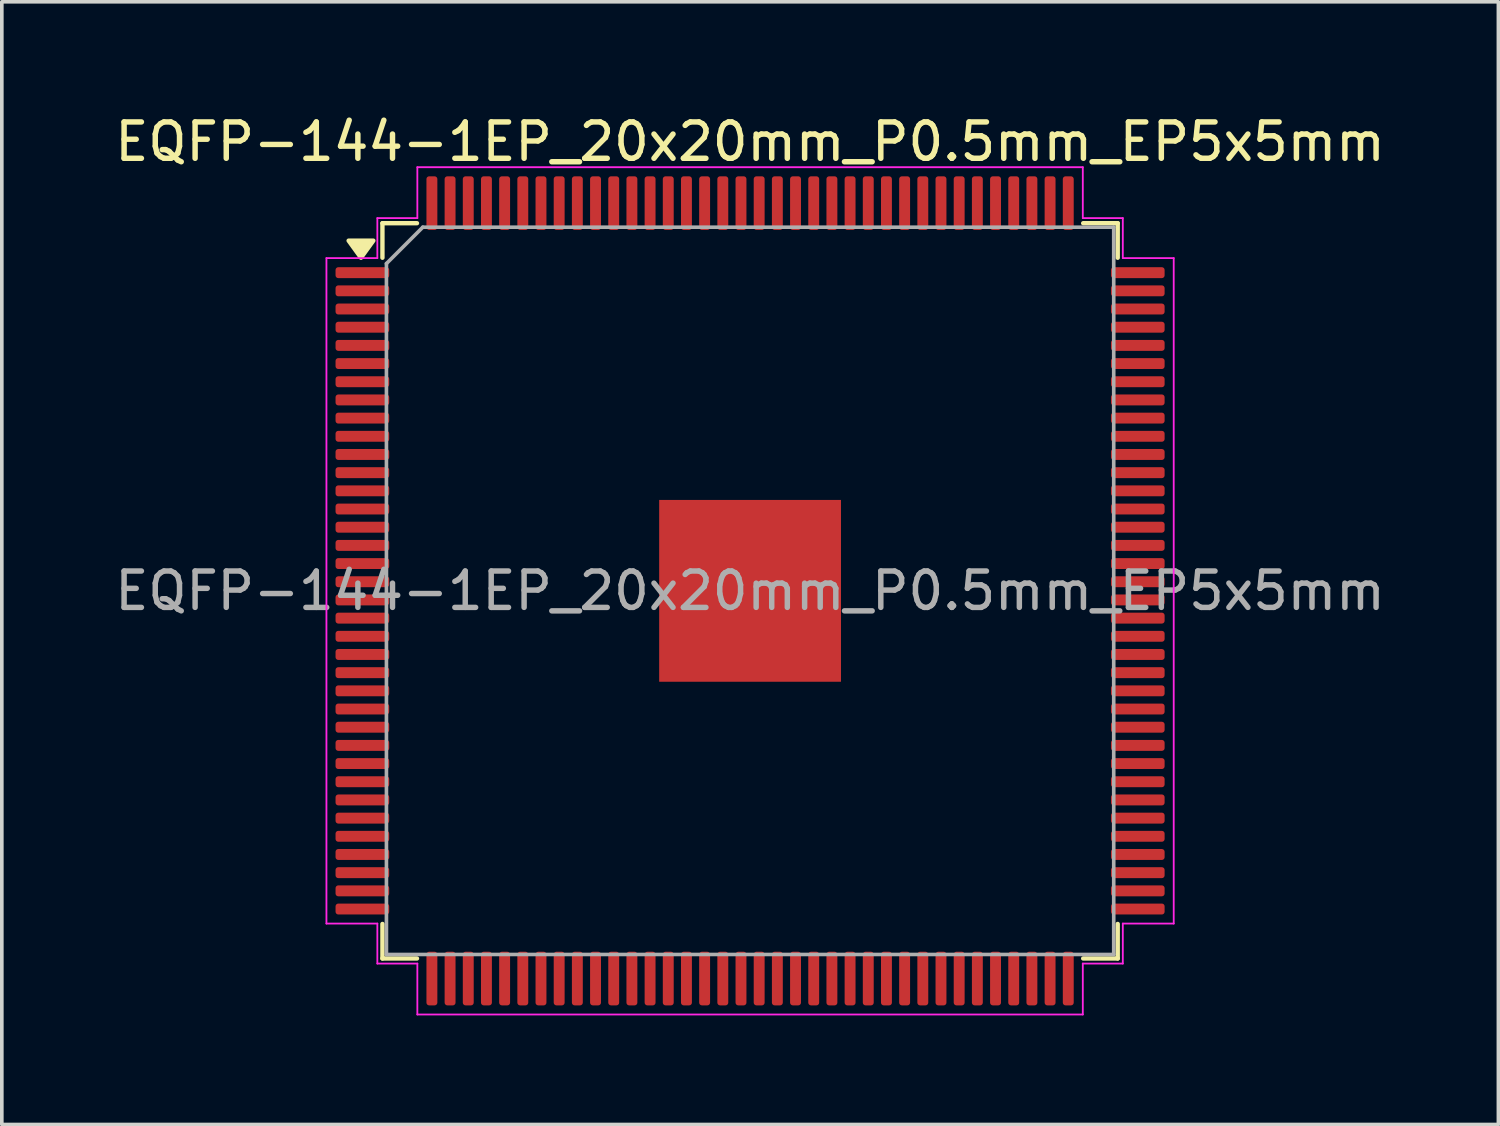
<source format=kicad_pcb>
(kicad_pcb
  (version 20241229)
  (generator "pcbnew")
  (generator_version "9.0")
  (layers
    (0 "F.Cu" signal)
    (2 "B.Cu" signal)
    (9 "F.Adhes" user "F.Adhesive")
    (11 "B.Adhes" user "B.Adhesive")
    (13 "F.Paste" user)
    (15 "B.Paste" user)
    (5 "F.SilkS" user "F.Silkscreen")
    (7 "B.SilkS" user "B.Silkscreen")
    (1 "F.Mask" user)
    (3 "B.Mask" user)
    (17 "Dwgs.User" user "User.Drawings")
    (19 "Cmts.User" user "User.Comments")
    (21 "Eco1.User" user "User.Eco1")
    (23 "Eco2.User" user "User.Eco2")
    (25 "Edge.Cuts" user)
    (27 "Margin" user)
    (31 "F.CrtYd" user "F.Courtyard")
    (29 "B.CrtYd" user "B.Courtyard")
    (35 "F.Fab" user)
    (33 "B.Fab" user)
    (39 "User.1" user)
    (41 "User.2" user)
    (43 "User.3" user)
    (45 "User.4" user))
  (footprint "EQFP-144-1EP_20x20mm_P0.5mm_EP5x5mm"
    (layer "F.Cu")
    (at 17.577 13.198)
    (property "Reference" "EQFP-144-1EP_20x20mm_P0.5mm_EP5x5mm" (at 0 -12.35 0) (layer "F.SilkS") (effects (font (size 1 1) (thickness 0.15))))
    (attr smd)
    (fp_line (start -10.11 -10.11) (end -10.11 -9.16) (stroke (width 0.12) (type solid)) (layer "F.SilkS"))
    (fp_line (start -10.11 10.11) (end -10.11 9.16) (stroke (width 0.12) (type solid)) (layer "F.SilkS"))
    (fp_line (start -9.16 -10.11) (end -10.11 -10.11) (stroke (width 0.12) (type solid)) (layer "F.SilkS"))
    (fp_line (start -9.16 10.11) (end -10.11 10.11) (stroke (width 0.12) (type solid)) (layer "F.SilkS"))
    (fp_line (start 9.16 -10.11) (end 10.11 -10.11) (stroke (width 0.12) (type solid)) (layer "F.SilkS"))
    (fp_line (start 9.16 10.11) (end 10.11 10.11) (stroke (width 0.12) (type solid)) (layer "F.SilkS"))
    (fp_line (start 10.11 -10.11) (end 10.11 -9.16) (stroke (width 0.12) (type solid)) (layer "F.SilkS"))
    (fp_line (start 10.11 10.11) (end 10.11 9.16) (stroke (width 0.12) (type solid)) (layer "F.SilkS"))
    (fp_poly (pts (xy -10.7 -9.16) (xy -11.04 -9.63) (xy -10.36 -9.63)) (stroke (width 0.12) (type solid)) (fill yes) (layer "F.SilkS"))
    (fp_line (start -11.65 -9.15) (end -10.25 -9.15) (stroke (width 0.05) (type solid)) (layer "F.CrtYd"))
    (fp_line (start -11.65 9.15) (end -11.65 -9.15) (stroke (width 0.05) (type solid)) (layer "F.CrtYd"))
    (fp_line (start -10.25 -10.25) (end -9.15 -10.25) (stroke (width 0.05) (type solid)) (layer "F.CrtYd"))
    (fp_line (start -10.25 -9.15) (end -10.25 -10.25) (stroke (width 0.05) (type solid)) (layer "F.CrtYd"))
    (fp_line (start -10.25 9.15) (end -11.65 9.15) (stroke (width 0.05) (type solid)) (layer "F.CrtYd"))
    (fp_line (start -10.25 10.25) (end -10.25 9.15) (stroke (width 0.05) (type solid)) (layer "F.CrtYd"))
    (fp_line (start -9.15 -11.65) (end 9.15 -11.65) (stroke (width 0.05) (type solid)) (layer "F.CrtYd"))
    (fp_line (start -9.15 -10.25) (end -9.15 -11.65) (stroke (width 0.05) (type solid)) (layer "F.CrtYd"))
    (fp_line (start -9.15 10.25) (end -10.25 10.25) (stroke (width 0.05) (type solid)) (layer "F.CrtYd"))
    (fp_line (start -9.15 11.65) (end -9.15 10.25) (stroke (width 0.05) (type solid)) (layer "F.CrtYd"))
    (fp_line (start 9.15 -11.65) (end 9.15 -10.25) (stroke (width 0.05) (type solid)) (layer "F.CrtYd"))
    (fp_line (start 9.15 -10.25) (end 10.25 -10.25) (stroke (width 0.05) (type solid)) (layer "F.CrtYd"))
    (fp_line (start 9.15 10.25) (end 9.15 11.65) (stroke (width 0.05) (type solid)) (layer "F.CrtYd"))
    (fp_line (start 9.15 11.65) (end -9.15 11.65) (stroke (width 0.05) (type solid)) (layer "F.CrtYd"))
    (fp_line (start 10.25 -10.25) (end 10.25 -9.15) (stroke (width 0.05) (type solid)) (layer "F.CrtYd"))
    (fp_line (start 10.25 -9.15) (end 11.65 -9.15) (stroke (width 0.05) (type solid)) (layer "F.CrtYd"))
    (fp_line (start 10.25 9.15) (end 10.25 10.25) (stroke (width 0.05) (type solid)) (layer "F.CrtYd"))
    (fp_line (start 10.25 10.25) (end 9.15 10.25) (stroke (width 0.05) (type solid)) (layer "F.CrtYd"))
    (fp_line (start 11.65 -9.15) (end 11.65 9.15) (stroke (width 0.05) (type solid)) (layer "F.CrtYd"))
    (fp_line (start 11.65 9.15) (end 10.25 9.15) (stroke (width 0.05) (type solid)) (layer "F.CrtYd"))
    (fp_line (start -10 -9) (end -9 -10) (stroke (width 0.1) (type solid)) (layer "F.Fab"))
    (fp_line (start -10 10) (end -10 -9) (stroke (width 0.1) (type solid)) (layer "F.Fab"))
    (fp_line (start -9 -10) (end 10 -10) (stroke (width 0.1) (type solid)) (layer "F.Fab"))
    (fp_line (start 10 -10) (end 10 10) (stroke (width 0.1) (type solid)) (layer "F.Fab"))
    (fp_line (start 10 10) (end -10 10) (stroke (width 0.1) (type solid)) (layer "F.Fab"))
    (fp_text user "${REFERENCE}" (at 0 0 0) (layer "F.Fab") (effects (font (size 1 1) (thickness 0.15))))
    (pad "" smd roundrect (at -1.875 -1.875) (size 1.01 1.01) (layers "F.Paste") (roundrect_rratio 0.248))
    (pad "" smd roundrect (at -1.875 -0.625) (size 1.01 1.01) (layers "F.Paste") (roundrect_rratio 0.248))
    (pad "" smd roundrect (at -1.875 0.625) (size 1.01 1.01) (layers "F.Paste") (roundrect_rratio 0.248))
    (pad "" smd roundrect (at -1.875 1.875) (size 1.01 1.01) (layers "F.Paste") (roundrect_rratio 0.248))
    (pad "" smd roundrect (at -0.625 -1.875) (size 1.01 1.01) (layers "F.Paste") (roundrect_rratio 0.248))
    (pad "" smd roundrect (at -0.625 -0.625) (size 1.01 1.01) (layers "F.Paste") (roundrect_rratio 0.248))
    (pad "" smd roundrect (at -0.625 0.625) (size 1.01 1.01) (layers "F.Paste") (roundrect_rratio 0.248))
    (pad "" smd roundrect (at -0.625 1.875) (size 1.01 1.01) (layers "F.Paste") (roundrect_rratio 0.248))
    (pad "" smd roundrect (at 0.625 -1.875) (size 1.01 1.01) (layers "F.Paste") (roundrect_rratio 0.248))
    (pad "" smd roundrect (at 0.625 -0.625) (size 1.01 1.01) (layers "F.Paste") (roundrect_rratio 0.248))
    (pad "" smd roundrect (at 0.625 0.625) (size 1.01 1.01) (layers "F.Paste") (roundrect_rratio 0.248))
    (pad "" smd roundrect (at 0.625 1.875) (size 1.01 1.01) (layers "F.Paste") (roundrect_rratio 0.248))
    (pad "" smd roundrect (at 1.875 -1.875) (size 1.01 1.01) (layers "F.Paste") (roundrect_rratio 0.248))
    (pad "" smd roundrect (at 1.875 -0.625) (size 1.01 1.01) (layers "F.Paste") (roundrect_rratio 0.248))
    (pad "" smd roundrect (at 1.875 0.625) (size 1.01 1.01) (layers "F.Paste") (roundrect_rratio 0.248))
    (pad "" smd roundrect (at 1.875 1.875) (size 1.01 1.01) (layers "F.Paste") (roundrect_rratio 0.248))
    (pad "1" smd roundrect (at -10.662 -8.75) (size 1.475 0.3) (layers "F.Cu" "F.Mask" "F.Paste") (roundrect_rratio 0.25))
    (pad "2" smd roundrect (at -10.662 -8.25) (size 1.475 0.3) (layers "F.Cu" "F.Mask" "F.Paste") (roundrect_rratio 0.25))
    (pad "3" smd roundrect (at -10.662 -7.75) (size 1.475 0.3) (layers "F.Cu" "F.Mask" "F.Paste") (roundrect_rratio 0.25))
    (pad "4" smd roundrect (at -10.662 -7.25) (size 1.475 0.3) (layers "F.Cu" "F.Mask" "F.Paste") (roundrect_rratio 0.25))
    (pad "5" smd roundrect (at -10.662 -6.75) (size 1.475 0.3) (layers "F.Cu" "F.Mask" "F.Paste") (roundrect_rratio 0.25))
    (pad "6" smd roundrect (at -10.662 -6.25) (size 1.475 0.3) (layers "F.Cu" "F.Mask" "F.Paste") (roundrect_rratio 0.25))
    (pad "7" smd roundrect (at -10.662 -5.75) (size 1.475 0.3) (layers "F.Cu" "F.Mask" "F.Paste") (roundrect_rratio 0.25))
    (pad "8" smd roundrect (at -10.662 -5.25) (size 1.475 0.3) (layers "F.Cu" "F.Mask" "F.Paste") (roundrect_rratio 0.25))
    (pad "9" smd roundrect (at -10.662 -4.75) (size 1.475 0.3) (layers "F.Cu" "F.Mask" "F.Paste") (roundrect_rratio 0.25))
    (pad "10" smd roundrect (at -10.662 -4.25) (size 1.475 0.3) (layers "F.Cu" "F.Mask" "F.Paste") (roundrect_rratio 0.25))
    (pad "11" smd roundrect (at -10.662 -3.75) (size 1.475 0.3) (layers "F.Cu" "F.Mask" "F.Paste") (roundrect_rratio 0.25))
    (pad "12" smd roundrect (at -10.662 -3.25) (size 1.475 0.3) (layers "F.Cu" "F.Mask" "F.Paste") (roundrect_rratio 0.25))
    (pad "13" smd roundrect (at -10.662 -2.75) (size 1.475 0.3) (layers "F.Cu" "F.Mask" "F.Paste") (roundrect_rratio 0.25))
    (pad "14" smd roundrect (at -10.662 -2.25) (size 1.475 0.3) (layers "F.Cu" "F.Mask" "F.Paste") (roundrect_rratio 0.25))
    (pad "15" smd roundrect (at -10.662 -1.75) (size 1.475 0.3) (layers "F.Cu" "F.Mask" "F.Paste") (roundrect_rratio 0.25))
    (pad "16" smd roundrect (at -10.662 -1.25) (size 1.475 0.3) (layers "F.Cu" "F.Mask" "F.Paste") (roundrect_rratio 0.25))
    (pad "17" smd roundrect (at -10.662 -0.75) (size 1.475 0.3) (layers "F.Cu" "F.Mask" "F.Paste") (roundrect_rratio 0.25))
    (pad "18" smd roundrect (at -10.662 -0.25) (size 1.475 0.3) (layers "F.Cu" "F.Mask" "F.Paste") (roundrect_rratio 0.25))
    (pad "19" smd roundrect (at -10.662 0.25) (size 1.475 0.3) (layers "F.Cu" "F.Mask" "F.Paste") (roundrect_rratio 0.25))
    (pad "20" smd roundrect (at -10.662 0.75) (size 1.475 0.3) (layers "F.Cu" "F.Mask" "F.Paste") (roundrect_rratio 0.25))
    (pad "21" smd roundrect (at -10.662 1.25) (size 1.475 0.3) (layers "F.Cu" "F.Mask" "F.Paste") (roundrect_rratio 0.25))
    (pad "22" smd roundrect (at -10.662 1.75) (size 1.475 0.3) (layers "F.Cu" "F.Mask" "F.Paste") (roundrect_rratio 0.25))
    (pad "23" smd roundrect (at -10.662 2.25) (size 1.475 0.3) (layers "F.Cu" "F.Mask" "F.Paste") (roundrect_rratio 0.25))
    (pad "24" smd roundrect (at -10.662 2.75) (size 1.475 0.3) (layers "F.Cu" "F.Mask" "F.Paste") (roundrect_rratio 0.25))
    (pad "25" smd roundrect (at -10.662 3.25) (size 1.475 0.3) (layers "F.Cu" "F.Mask" "F.Paste") (roundrect_rratio 0.25))
    (pad "26" smd roundrect (at -10.662 3.75) (size 1.475 0.3) (layers "F.Cu" "F.Mask" "F.Paste") (roundrect_rratio 0.25))
    (pad "27" smd roundrect (at -10.662 4.25) (size 1.475 0.3) (layers "F.Cu" "F.Mask" "F.Paste") (roundrect_rratio 0.25))
    (pad "28" smd roundrect (at -10.662 4.75) (size 1.475 0.3) (layers "F.Cu" "F.Mask" "F.Paste") (roundrect_rratio 0.25))
    (pad "29" smd roundrect (at -10.662 5.25) (size 1.475 0.3) (layers "F.Cu" "F.Mask" "F.Paste") (roundrect_rratio 0.25))
    (pad "30" smd roundrect (at -10.662 5.75) (size 1.475 0.3) (layers "F.Cu" "F.Mask" "F.Paste") (roundrect_rratio 0.25))
    (pad "31" smd roundrect (at -10.662 6.25) (size 1.475 0.3) (layers "F.Cu" "F.Mask" "F.Paste") (roundrect_rratio 0.25))
    (pad "32" smd roundrect (at -10.662 6.75) (size 1.475 0.3) (layers "F.Cu" "F.Mask" "F.Paste") (roundrect_rratio 0.25))
    (pad "33" smd roundrect (at -10.662 7.25) (size 1.475 0.3) (layers "F.Cu" "F.Mask" "F.Paste") (roundrect_rratio 0.25))
    (pad "34" smd roundrect (at -10.662 7.75) (size 1.475 0.3) (layers "F.Cu" "F.Mask" "F.Paste") (roundrect_rratio 0.25))
    (pad "35" smd roundrect (at -10.662 8.25) (size 1.475 0.3) (layers "F.Cu" "F.Mask" "F.Paste") (roundrect_rratio 0.25))
    (pad "36" smd roundrect (at -10.662 8.75) (size 1.475 0.3) (layers "F.Cu" "F.Mask" "F.Paste") (roundrect_rratio 0.25))
    (pad "37" smd roundrect (at -8.75 10.662) (size 0.3 1.475) (layers "F.Cu" "F.Mask" "F.Paste") (roundrect_rratio 0.25))
    (pad "38" smd roundrect (at -8.25 10.662) (size 0.3 1.475) (layers "F.Cu" "F.Mask" "F.Paste") (roundrect_rratio 0.25))
    (pad "39" smd roundrect (at -7.75 10.662) (size 0.3 1.475) (layers "F.Cu" "F.Mask" "F.Paste") (roundrect_rratio 0.25))
    (pad "40" smd roundrect (at -7.25 10.662) (size 0.3 1.475) (layers "F.Cu" "F.Mask" "F.Paste") (roundrect_rratio 0.25))
    (pad "41" smd roundrect (at -6.75 10.662) (size 0.3 1.475) (layers "F.Cu" "F.Mask" "F.Paste") (roundrect_rratio 0.25))
    (pad "42" smd roundrect (at -6.25 10.662) (size 0.3 1.475) (layers "F.Cu" "F.Mask" "F.Paste") (roundrect_rratio 0.25))
    (pad "43" smd roundrect (at -5.75 10.662) (size 0.3 1.475) (layers "F.Cu" "F.Mask" "F.Paste") (roundrect_rratio 0.25))
    (pad "44" smd roundrect (at -5.25 10.662) (size 0.3 1.475) (layers "F.Cu" "F.Mask" "F.Paste") (roundrect_rratio 0.25))
    (pad "45" smd roundrect (at -4.75 10.662) (size 0.3 1.475) (layers "F.Cu" "F.Mask" "F.Paste") (roundrect_rratio 0.25))
    (pad "46" smd roundrect (at -4.25 10.662) (size 0.3 1.475) (layers "F.Cu" "F.Mask" "F.Paste") (roundrect_rratio 0.25))
    (pad "47" smd roundrect (at -3.75 10.662) (size 0.3 1.475) (layers "F.Cu" "F.Mask" "F.Paste") (roundrect_rratio 0.25))
    (pad "48" smd roundrect (at -3.25 10.662) (size 0.3 1.475) (layers "F.Cu" "F.Mask" "F.Paste") (roundrect_rratio 0.25))
    (pad "49" smd roundrect (at -2.75 10.662) (size 0.3 1.475) (layers "F.Cu" "F.Mask" "F.Paste") (roundrect_rratio 0.25))
    (pad "50" smd roundrect (at -2.25 10.662) (size 0.3 1.475) (layers "F.Cu" "F.Mask" "F.Paste") (roundrect_rratio 0.25))
    (pad "51" smd roundrect (at -1.75 10.662) (size 0.3 1.475) (layers "F.Cu" "F.Mask" "F.Paste") (roundrect_rratio 0.25))
    (pad "52" smd roundrect (at -1.25 10.662) (size 0.3 1.475) (layers "F.Cu" "F.Mask" "F.Paste") (roundrect_rratio 0.25))
    (pad "53" smd roundrect (at -0.75 10.662) (size 0.3 1.475) (layers "F.Cu" "F.Mask" "F.Paste") (roundrect_rratio 0.25))
    (pad "54" smd roundrect (at -0.25 10.662) (size 0.3 1.475) (layers "F.Cu" "F.Mask" "F.Paste") (roundrect_rratio 0.25))
    (pad "55" smd roundrect (at 0.25 10.662) (size 0.3 1.475) (layers "F.Cu" "F.Mask" "F.Paste") (roundrect_rratio 0.25))
    (pad "56" smd roundrect (at 0.75 10.662) (size 0.3 1.475) (layers "F.Cu" "F.Mask" "F.Paste") (roundrect_rratio 0.25))
    (pad "57" smd roundrect (at 1.25 10.662) (size 0.3 1.475) (layers "F.Cu" "F.Mask" "F.Paste") (roundrect_rratio 0.25))
    (pad "58" smd roundrect (at 1.75 10.662) (size 0.3 1.475) (layers "F.Cu" "F.Mask" "F.Paste") (roundrect_rratio 0.25))
    (pad "59" smd roundrect (at 2.25 10.662) (size 0.3 1.475) (layers "F.Cu" "F.Mask" "F.Paste") (roundrect_rratio 0.25))
    (pad "60" smd roundrect (at 2.75 10.662) (size 0.3 1.475) (layers "F.Cu" "F.Mask" "F.Paste") (roundrect_rratio 0.25))
    (pad "61" smd roundrect (at 3.25 10.662) (size 0.3 1.475) (layers "F.Cu" "F.Mask" "F.Paste") (roundrect_rratio 0.25))
    (pad "62" smd roundrect (at 3.75 10.662) (size 0.3 1.475) (layers "F.Cu" "F.Mask" "F.Paste") (roundrect_rratio 0.25))
    (pad "63" smd roundrect (at 4.25 10.662) (size 0.3 1.475) (layers "F.Cu" "F.Mask" "F.Paste") (roundrect_rratio 0.25))
    (pad "64" smd roundrect (at 4.75 10.662) (size 0.3 1.475) (layers "F.Cu" "F.Mask" "F.Paste") (roundrect_rratio 0.25))
    (pad "65" smd roundrect (at 5.25 10.662) (size 0.3 1.475) (layers "F.Cu" "F.Mask" "F.Paste") (roundrect_rratio 0.25))
    (pad "66" smd roundrect (at 5.75 10.662) (size 0.3 1.475) (layers "F.Cu" "F.Mask" "F.Paste") (roundrect_rratio 0.25))
    (pad "67" smd roundrect (at 6.25 10.662) (size 0.3 1.475) (layers "F.Cu" "F.Mask" "F.Paste") (roundrect_rratio 0.25))
    (pad "68" smd roundrect (at 6.75 10.662) (size 0.3 1.475) (layers "F.Cu" "F.Mask" "F.Paste") (roundrect_rratio 0.25))
    (pad "69" smd roundrect (at 7.25 10.662) (size 0.3 1.475) (layers "F.Cu" "F.Mask" "F.Paste") (roundrect_rratio 0.25))
    (pad "70" smd roundrect (at 7.75 10.662) (size 0.3 1.475) (layers "F.Cu" "F.Mask" "F.Paste") (roundrect_rratio 0.25))
    (pad "71" smd roundrect (at 8.25 10.662) (size 0.3 1.475) (layers "F.Cu" "F.Mask" "F.Paste") (roundrect_rratio 0.25))
    (pad "72" smd roundrect (at 8.75 10.662) (size 0.3 1.475) (layers "F.Cu" "F.Mask" "F.Paste") (roundrect_rratio 0.25))
    (pad "73" smd roundrect (at 10.662 8.75) (size 1.475 0.3) (layers "F.Cu" "F.Mask" "F.Paste") (roundrect_rratio 0.25))
    (pad "74" smd roundrect (at 10.662 8.25) (size 1.475 0.3) (layers "F.Cu" "F.Mask" "F.Paste") (roundrect_rratio 0.25))
    (pad "75" smd roundrect (at 10.662 7.75) (size 1.475 0.3) (layers "F.Cu" "F.Mask" "F.Paste") (roundrect_rratio 0.25))
    (pad "76" smd roundrect (at 10.662 7.25) (size 1.475 0.3) (layers "F.Cu" "F.Mask" "F.Paste") (roundrect_rratio 0.25))
    (pad "77" smd roundrect (at 10.662 6.75) (size 1.475 0.3) (layers "F.Cu" "F.Mask" "F.Paste") (roundrect_rratio 0.25))
    (pad "78" smd roundrect (at 10.662 6.25) (size 1.475 0.3) (layers "F.Cu" "F.Mask" "F.Paste") (roundrect_rratio 0.25))
    (pad "79" smd roundrect (at 10.662 5.75) (size 1.475 0.3) (layers "F.Cu" "F.Mask" "F.Paste") (roundrect_rratio 0.25))
    (pad "80" smd roundrect (at 10.662 5.25) (size 1.475 0.3) (layers "F.Cu" "F.Mask" "F.Paste") (roundrect_rratio 0.25))
    (pad "81" smd roundrect (at 10.662 4.75) (size 1.475 0.3) (layers "F.Cu" "F.Mask" "F.Paste") (roundrect_rratio 0.25))
    (pad "82" smd roundrect (at 10.662 4.25) (size 1.475 0.3) (layers "F.Cu" "F.Mask" "F.Paste") (roundrect_rratio 0.25))
    (pad "83" smd roundrect (at 10.662 3.75) (size 1.475 0.3) (layers "F.Cu" "F.Mask" "F.Paste") (roundrect_rratio 0.25))
    (pad "84" smd roundrect (at 10.662 3.25) (size 1.475 0.3) (layers "F.Cu" "F.Mask" "F.Paste") (roundrect_rratio 0.25))
    (pad "85" smd roundrect (at 10.662 2.75) (size 1.475 0.3) (layers "F.Cu" "F.Mask" "F.Paste") (roundrect_rratio 0.25))
    (pad "86" smd roundrect (at 10.662 2.25) (size 1.475 0.3) (layers "F.Cu" "F.Mask" "F.Paste") (roundrect_rratio 0.25))
    (pad "87" smd roundrect (at 10.662 1.75) (size 1.475 0.3) (layers "F.Cu" "F.Mask" "F.Paste") (roundrect_rratio 0.25))
    (pad "88" smd roundrect (at 10.662 1.25) (size 1.475 0.3) (layers "F.Cu" "F.Mask" "F.Paste") (roundrect_rratio 0.25))
    (pad "89" smd roundrect (at 10.662 0.75) (size 1.475 0.3) (layers "F.Cu" "F.Mask" "F.Paste") (roundrect_rratio 0.25))
    (pad "90" smd roundrect (at 10.662 0.25) (size 1.475 0.3) (layers "F.Cu" "F.Mask" "F.Paste") (roundrect_rratio 0.25))
    (pad "91" smd roundrect (at 10.662 -0.25) (size 1.475 0.3) (layers "F.Cu" "F.Mask" "F.Paste") (roundrect_rratio 0.25))
    (pad "92" smd roundrect (at 10.662 -0.75) (size 1.475 0.3) (layers "F.Cu" "F.Mask" "F.Paste") (roundrect_rratio 0.25))
    (pad "93" smd roundrect (at 10.662 -1.25) (size 1.475 0.3) (layers "F.Cu" "F.Mask" "F.Paste") (roundrect_rratio 0.25))
    (pad "94" smd roundrect (at 10.662 -1.75) (size 1.475 0.3) (layers "F.Cu" "F.Mask" "F.Paste") (roundrect_rratio 0.25))
    (pad "95" smd roundrect (at 10.662 -2.25) (size 1.475 0.3) (layers "F.Cu" "F.Mask" "F.Paste") (roundrect_rratio 0.25))
    (pad "96" smd roundrect (at 10.662 -2.75) (size 1.475 0.3) (layers "F.Cu" "F.Mask" "F.Paste") (roundrect_rratio 0.25))
    (pad "97" smd roundrect (at 10.662 -3.25) (size 1.475 0.3) (layers "F.Cu" "F.Mask" "F.Paste") (roundrect_rratio 0.25))
    (pad "98" smd roundrect (at 10.662 -3.75) (size 1.475 0.3) (layers "F.Cu" "F.Mask" "F.Paste") (roundrect_rratio 0.25))
    (pad "99" smd roundrect (at 10.662 -4.25) (size 1.475 0.3) (layers "F.Cu" "F.Mask" "F.Paste") (roundrect_rratio 0.25))
    (pad "100" smd roundrect (at 10.662 -4.75) (size 1.475 0.3) (layers "F.Cu" "F.Mask" "F.Paste") (roundrect_rratio 0.25))
    (pad "101" smd roundrect (at 10.662 -5.25) (size 1.475 0.3) (layers "F.Cu" "F.Mask" "F.Paste") (roundrect_rratio 0.25))
    (pad "102" smd roundrect (at 10.662 -5.75) (size 1.475 0.3) (layers "F.Cu" "F.Mask" "F.Paste") (roundrect_rratio 0.25))
    (pad "103" smd roundrect (at 10.662 -6.25) (size 1.475 0.3) (layers "F.Cu" "F.Mask" "F.Paste") (roundrect_rratio 0.25))
    (pad "104" smd roundrect (at 10.662 -6.75) (size 1.475 0.3) (layers "F.Cu" "F.Mask" "F.Paste") (roundrect_rratio 0.25))
    (pad "105" smd roundrect (at 10.662 -7.25) (size 1.475 0.3) (layers "F.Cu" "F.Mask" "F.Paste") (roundrect_rratio 0.25))
    (pad "106" smd roundrect (at 10.662 -7.75) (size 1.475 0.3) (layers "F.Cu" "F.Mask" "F.Paste") (roundrect_rratio 0.25))
    (pad "107" smd roundrect (at 10.662 -8.25) (size 1.475 0.3) (layers "F.Cu" "F.Mask" "F.Paste") (roundrect_rratio 0.25))
    (pad "108" smd roundrect (at 10.662 -8.75) (size 1.475 0.3) (layers "F.Cu" "F.Mask" "F.Paste") (roundrect_rratio 0.25))
    (pad "109" smd roundrect (at 8.75 -10.662) (size 0.3 1.475) (layers "F.Cu" "F.Mask" "F.Paste") (roundrect_rratio 0.25))
    (pad "110" smd roundrect (at 8.25 -10.662) (size 0.3 1.475) (layers "F.Cu" "F.Mask" "F.Paste") (roundrect_rratio 0.25))
    (pad "111" smd roundrect (at 7.75 -10.662) (size 0.3 1.475) (layers "F.Cu" "F.Mask" "F.Paste") (roundrect_rratio 0.25))
    (pad "112" smd roundrect (at 7.25 -10.662) (size 0.3 1.475) (layers "F.Cu" "F.Mask" "F.Paste") (roundrect_rratio 0.25))
    (pad "113" smd roundrect (at 6.75 -10.662) (size 0.3 1.475) (layers "F.Cu" "F.Mask" "F.Paste") (roundrect_rratio 0.25))
    (pad "114" smd roundrect (at 6.25 -10.662) (size 0.3 1.475) (layers "F.Cu" "F.Mask" "F.Paste") (roundrect_rratio 0.25))
    (pad "115" smd roundrect (at 5.75 -10.662) (size 0.3 1.475) (layers "F.Cu" "F.Mask" "F.Paste") (roundrect_rratio 0.25))
    (pad "116" smd roundrect (at 5.25 -10.662) (size 0.3 1.475) (layers "F.Cu" "F.Mask" "F.Paste") (roundrect_rratio 0.25))
    (pad "117" smd roundrect (at 4.75 -10.662) (size 0.3 1.475) (layers "F.Cu" "F.Mask" "F.Paste") (roundrect_rratio 0.25))
    (pad "118" smd roundrect (at 4.25 -10.662) (size 0.3 1.475) (layers "F.Cu" "F.Mask" "F.Paste") (roundrect_rratio 0.25))
    (pad "119" smd roundrect (at 3.75 -10.662) (size 0.3 1.475) (layers "F.Cu" "F.Mask" "F.Paste") (roundrect_rratio 0.25))
    (pad "120" smd roundrect (at 3.25 -10.662) (size 0.3 1.475) (layers "F.Cu" "F.Mask" "F.Paste") (roundrect_rratio 0.25))
    (pad "121" smd roundrect (at 2.75 -10.662) (size 0.3 1.475) (layers "F.Cu" "F.Mask" "F.Paste") (roundrect_rratio 0.25))
    (pad "122" smd roundrect (at 2.25 -10.662) (size 0.3 1.475) (layers "F.Cu" "F.Mask" "F.Paste") (roundrect_rratio 0.25))
    (pad "123" smd roundrect (at 1.75 -10.662) (size 0.3 1.475) (layers "F.Cu" "F.Mask" "F.Paste") (roundrect_rratio 0.25))
    (pad "124" smd roundrect (at 1.25 -10.662) (size 0.3 1.475) (layers "F.Cu" "F.Mask" "F.Paste") (roundrect_rratio 0.25))
    (pad "125" smd roundrect (at 0.75 -10.662) (size 0.3 1.475) (layers "F.Cu" "F.Mask" "F.Paste") (roundrect_rratio 0.25))
    (pad "126" smd roundrect (at 0.25 -10.662) (size 0.3 1.475) (layers "F.Cu" "F.Mask" "F.Paste") (roundrect_rratio 0.25))
    (pad "127" smd roundrect (at -0.25 -10.662) (size 0.3 1.475) (layers "F.Cu" "F.Mask" "F.Paste") (roundrect_rratio 0.25))
    (pad "128" smd roundrect (at -0.75 -10.662) (size 0.3 1.475) (layers "F.Cu" "F.Mask" "F.Paste") (roundrect_rratio 0.25))
    (pad "129" smd roundrect (at -1.25 -10.662) (size 0.3 1.475) (layers "F.Cu" "F.Mask" "F.Paste") (roundrect_rratio 0.25))
    (pad "130" smd roundrect (at -1.75 -10.662) (size 0.3 1.475) (layers "F.Cu" "F.Mask" "F.Paste") (roundrect_rratio 0.25))
    (pad "131" smd roundrect (at -2.25 -10.662) (size 0.3 1.475) (layers "F.Cu" "F.Mask" "F.Paste") (roundrect_rratio 0.25))
    (pad "132" smd roundrect (at -2.75 -10.662) (size 0.3 1.475) (layers "F.Cu" "F.Mask" "F.Paste") (roundrect_rratio 0.25))
    (pad "133" smd roundrect (at -3.25 -10.662) (size 0.3 1.475) (layers "F.Cu" "F.Mask" "F.Paste") (roundrect_rratio 0.25))
    (pad "134" smd roundrect (at -3.75 -10.662) (size 0.3 1.475) (layers "F.Cu" "F.Mask" "F.Paste") (roundrect_rratio 0.25))
    (pad "135" smd roundrect (at -4.25 -10.662) (size 0.3 1.475) (layers "F.Cu" "F.Mask" "F.Paste") (roundrect_rratio 0.25))
    (pad "136" smd roundrect (at -4.75 -10.662) (size 0.3 1.475) (layers "F.Cu" "F.Mask" "F.Paste") (roundrect_rratio 0.25))
    (pad "137" smd roundrect (at -5.25 -10.662) (size 0.3 1.475) (layers "F.Cu" "F.Mask" "F.Paste") (roundrect_rratio 0.25))
    (pad "138" smd roundrect (at -5.75 -10.662) (size 0.3 1.475) (layers "F.Cu" "F.Mask" "F.Paste") (roundrect_rratio 0.25))
    (pad "139" smd roundrect (at -6.25 -10.662) (size 0.3 1.475) (layers "F.Cu" "F.Mask" "F.Paste") (roundrect_rratio 0.25))
    (pad "140" smd roundrect (at -6.75 -10.662) (size 0.3 1.475) (layers "F.Cu" "F.Mask" "F.Paste") (roundrect_rratio 0.25))
    (pad "141" smd roundrect (at -7.25 -10.662) (size 0.3 1.475) (layers "F.Cu" "F.Mask" "F.Paste") (roundrect_rratio 0.25))
    (pad "142" smd roundrect (at -7.75 -10.662) (size 0.3 1.475) (layers "F.Cu" "F.Mask" "F.Paste") (roundrect_rratio 0.25))
    (pad "143" smd roundrect (at -8.25 -10.662) (size 0.3 1.475) (layers "F.Cu" "F.Mask" "F.Paste") (roundrect_rratio 0.25))
    (pad "144" smd roundrect (at -8.75 -10.662) (size 0.3 1.475) (layers "F.Cu" "F.Mask" "F.Paste") (roundrect_rratio 0.25))
    (pad "145" smd rect (at 0 0) (size 5 5) (property pad_prop_heatsink) (layers "F.Cu" "F.Mask")))
  (gr_rect
    (start -3 -3)
    (end 38.155 27.873)
    (stroke (width 0.1) (type default))
    (fill no)
    (layer "Edge.Cuts")))
</source>
